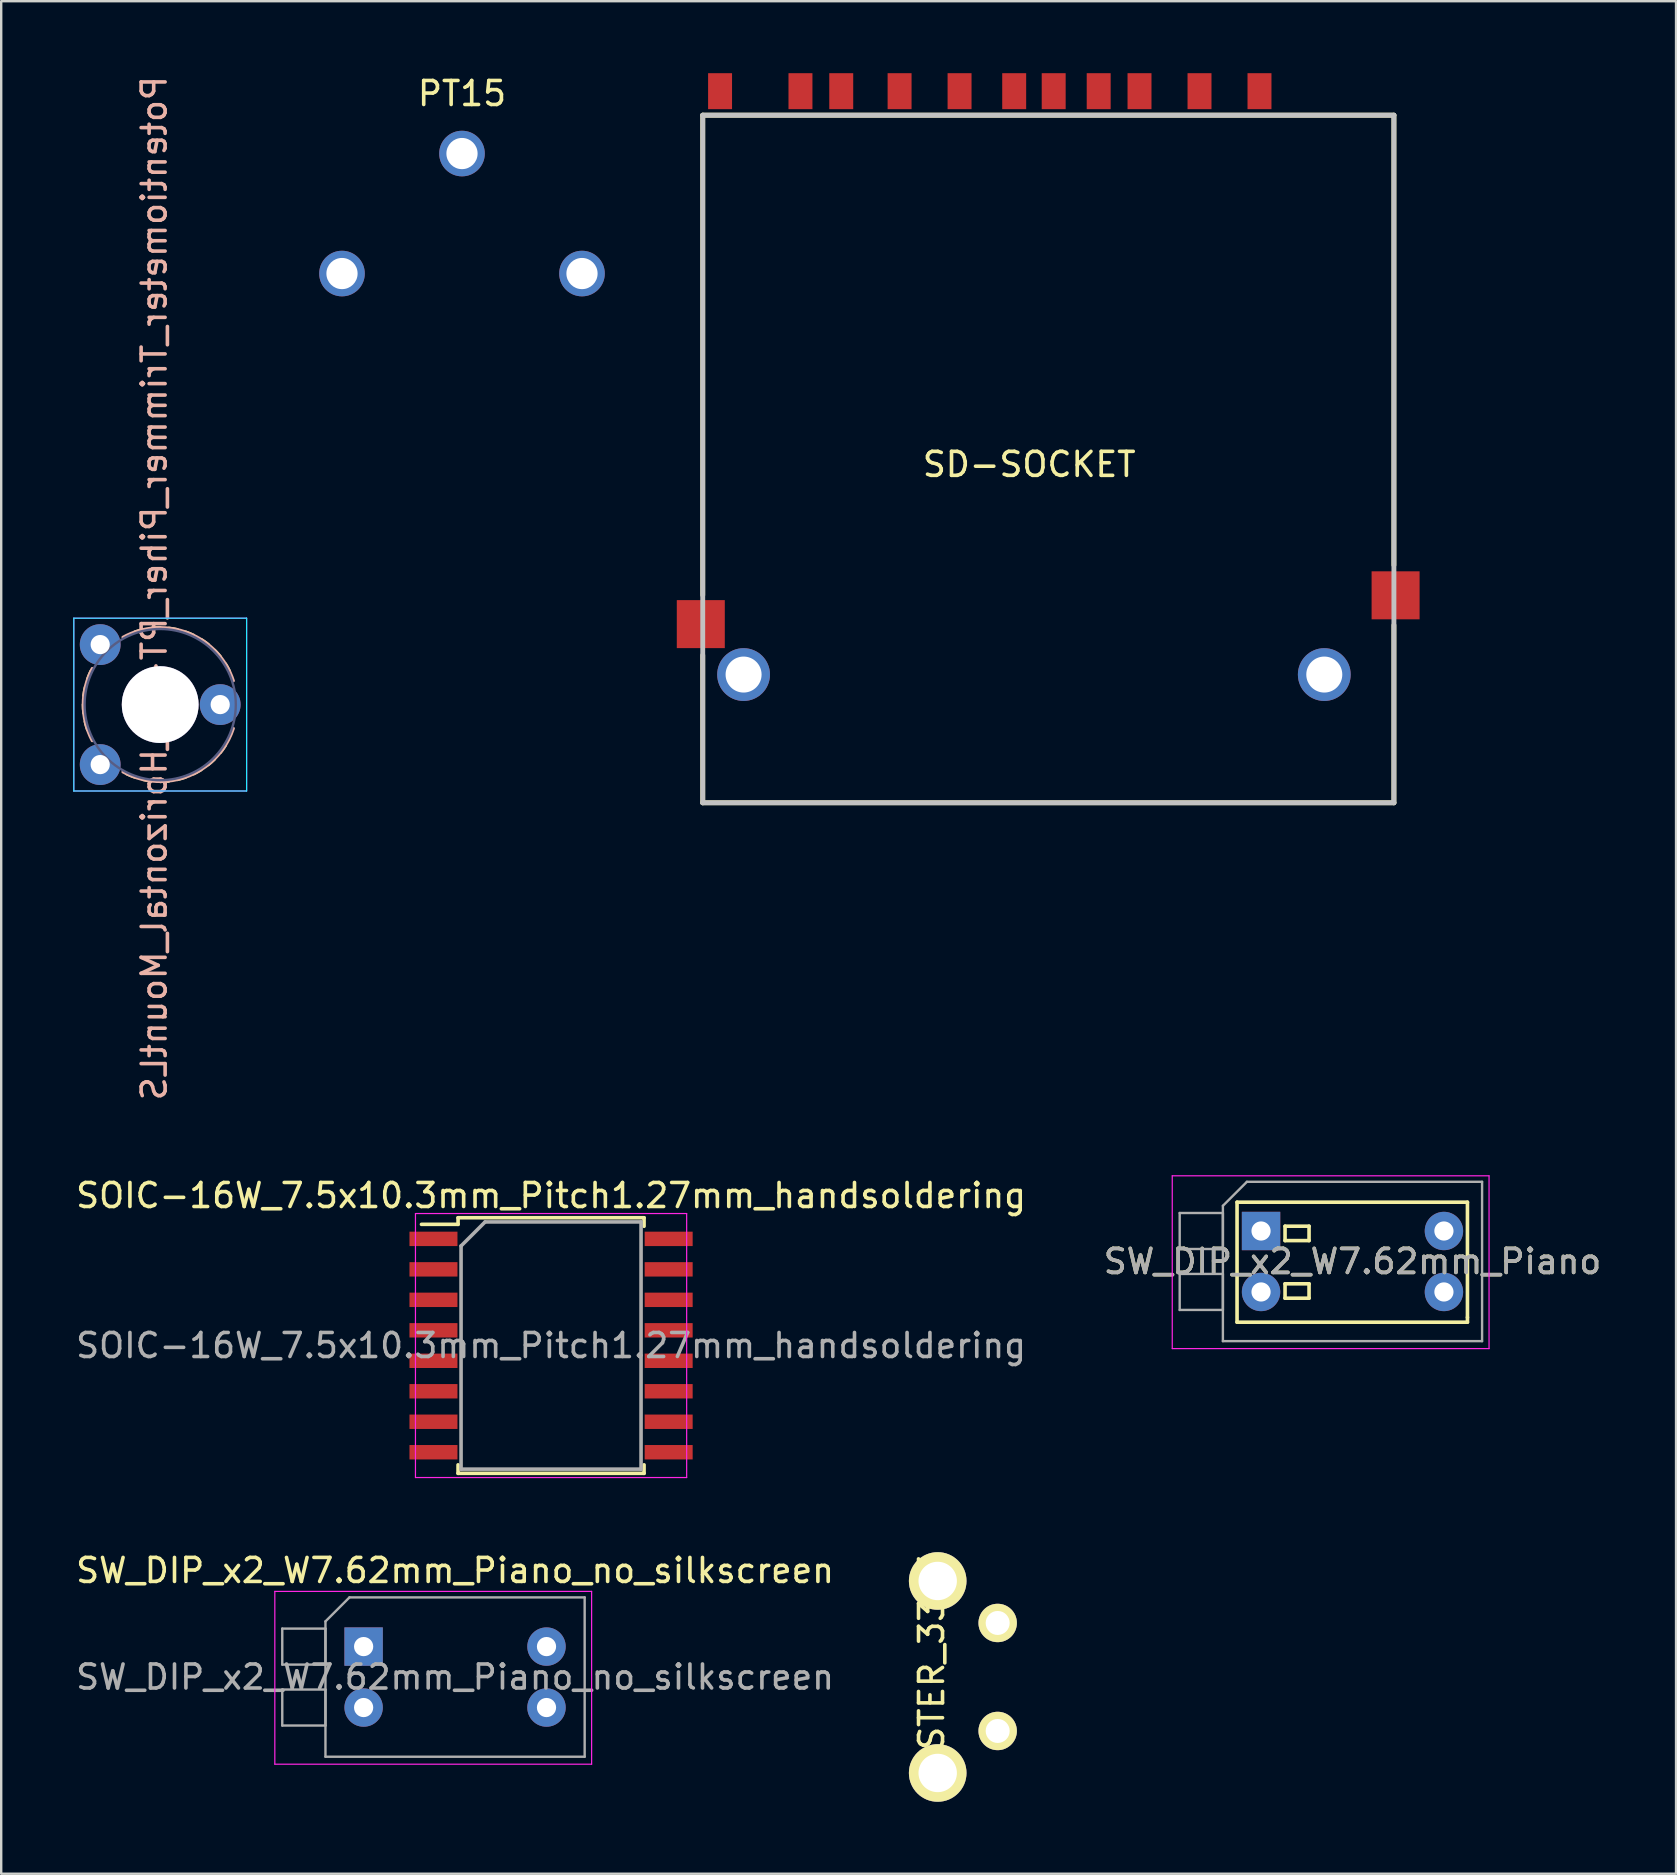
<source format=kicad_pcb>
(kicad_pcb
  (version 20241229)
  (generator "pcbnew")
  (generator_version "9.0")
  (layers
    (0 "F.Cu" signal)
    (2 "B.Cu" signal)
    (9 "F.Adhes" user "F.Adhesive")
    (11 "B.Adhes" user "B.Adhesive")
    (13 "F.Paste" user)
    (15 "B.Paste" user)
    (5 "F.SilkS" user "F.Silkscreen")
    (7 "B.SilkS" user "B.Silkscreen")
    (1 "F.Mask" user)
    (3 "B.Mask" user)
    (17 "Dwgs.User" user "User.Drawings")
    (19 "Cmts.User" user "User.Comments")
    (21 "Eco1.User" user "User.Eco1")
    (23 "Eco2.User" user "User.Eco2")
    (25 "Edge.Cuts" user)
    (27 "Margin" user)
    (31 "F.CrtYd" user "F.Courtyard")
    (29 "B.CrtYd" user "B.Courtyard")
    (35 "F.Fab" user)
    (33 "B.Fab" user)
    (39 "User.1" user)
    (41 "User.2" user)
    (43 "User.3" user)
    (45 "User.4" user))
  (footprint "SOIC-16W_7.5x10.3mm_Pitch1.27mm_handsoldering"
    (layer "F.Cu")
    (at 19.911 53.015)
    (property "Reference" "SOIC-16W_7.5x10.3mm_Pitch1.27mm_handsoldering" (at 0 -6.25 0) (layer "F.SilkS") (effects (font (size 1 1) (thickness 0.15))))
    (attr smd)
    (fp_line (start -3.875 -5.325) (end -3.875 -5.05) (stroke (width 0.15) (type solid)) (layer "F.SilkS"))
    (fp_line (start -3.875 -5.325) (end 3.875 -5.325) (stroke (width 0.15) (type solid)) (layer "F.SilkS"))
    (fp_line (start -3.875 -5.05) (end -5.4 -5.05) (stroke (width 0.15) (type solid)) (layer "F.SilkS"))
    (fp_line (start -3.875 5.325) (end -3.875 4.97) (stroke (width 0.15) (type solid)) (layer "F.SilkS"))
    (fp_line (start -3.875 5.325) (end 3.875 5.325) (stroke (width 0.15) (type solid)) (layer "F.SilkS"))
    (fp_line (start 3.875 -5.325) (end 3.875 -4.97) (stroke (width 0.15) (type solid)) (layer "F.SilkS"))
    (fp_line (start 3.875 5.325) (end 3.875 4.97) (stroke (width 0.15) (type solid)) (layer "F.SilkS"))
    (fp_line (start -5.65 -5.5) (end -5.65 5.5) (stroke (width 0.05) (type solid)) (layer "F.CrtYd"))
    (fp_line (start -5.65 -5.5) (end 5.65 -5.5) (stroke (width 0.05) (type solid)) (layer "F.CrtYd"))
    (fp_line (start -5.65 5.5) (end 5.65 5.5) (stroke (width 0.05) (type solid)) (layer "F.CrtYd"))
    (fp_line (start 5.65 -5.5) (end 5.65 5.5) (stroke (width 0.05) (type solid)) (layer "F.CrtYd"))
    (fp_line (start -3.75 -4.15) (end -2.75 -5.15) (stroke (width 0.15) (type solid)) (layer "F.Fab"))
    (fp_line (start -3.75 5.15) (end -3.75 -4.15) (stroke (width 0.15) (type solid)) (layer "F.Fab"))
    (fp_line (start -2.75 -5.15) (end 3.75 -5.15) (stroke (width 0.15) (type solid)) (layer "F.Fab"))
    (fp_line (start 3.75 -5.15) (end 3.75 5.15) (stroke (width 0.15) (type solid)) (layer "F.Fab"))
    (fp_line (start 3.75 5.15) (end -3.75 5.15) (stroke (width 0.15) (type solid)) (layer "F.Fab"))
    (fp_text user "${REFERENCE}" (at 0 0 0) (layer "F.Fab") (effects (font (size 1 1) (thickness 0.15))))
    (pad "1" smd rect (at -4.9 -4.445) (size 2 0.6) (layers "F.Cu" "F.Mask" "F.Paste"))
    (pad "2" smd rect (at -4.9 -3.175) (size 2 0.6) (layers "F.Cu" "F.Mask" "F.Paste"))
    (pad "3" smd rect (at -4.9 -1.905) (size 2 0.6) (layers "F.Cu" "F.Mask" "F.Paste"))
    (pad "4" smd rect (at -4.9 -0.635) (size 2 0.6) (layers "F.Cu" "F.Mask" "F.Paste"))
    (pad "5" smd rect (at -4.9 0.635) (size 2 0.6) (layers "F.Cu" "F.Mask" "F.Paste"))
    (pad "6" smd rect (at -4.9 1.905) (size 2 0.6) (layers "F.Cu" "F.Mask" "F.Paste"))
    (pad "7" smd rect (at -4.9 3.175) (size 2 0.6) (layers "F.Cu" "F.Mask" "F.Paste"))
    (pad "8" smd rect (at -4.9 4.445) (size 2 0.6) (layers "F.Cu" "F.Mask" "F.Paste"))
    (pad "9" smd rect (at 4.9 4.445) (size 2 0.6) (layers "F.Cu" "F.Mask" "F.Paste"))
    (pad "10" smd rect (at 4.9 3.175) (size 2 0.6) (layers "F.Cu" "F.Mask" "F.Paste"))
    (pad "11" smd rect (at 4.9 1.905) (size 2 0.6) (layers "F.Cu" "F.Mask" "F.Paste"))
    (pad "12" smd rect (at 4.9 0.635) (size 2 0.6) (layers "F.Cu" "F.Mask" "F.Paste"))
    (pad "13" smd rect (at 4.9 -0.635) (size 2 0.6) (layers "F.Cu" "F.Mask" "F.Paste"))
    (pad "14" smd rect (at 4.9 -1.905) (size 2 0.6) (layers "F.Cu" "F.Mask" "F.Paste"))
    (pad "15" smd rect (at 4.9 -3.175) (size 2 0.6) (layers "F.Cu" "F.Mask" "F.Paste"))
    (pad "16" smd rect (at 4.9 -4.445) (size 2 0.6) (layers "F.Cu" "F.Mask" "F.Paste")))
  (footprint "TASTER_3305"
    (layer "F.Cu")
    (at 36.021 66.824)
    (property "Reference" "TASTER_3305" (at -0.254 -0.254 90) (layer "F.SilkS") (effects (font (size 1 1) (thickness 0.15))))
    (attr through_hole)
    (pad "" thru_hole circle (at 0 -4) (size 2.4 2.4) (drill 1.6) (layers "*.Cu" "*.Mask" "F.SilkS"))
    (pad "" thru_hole circle (at 0 4) (size 2.4 2.4) (drill 1.6) (layers "*.Cu" "*.Mask" "F.SilkS"))
    (pad "1" thru_hole circle (at 2.499 -2.25) (size 1.6 1.6) (drill 1) (layers "*.Cu" "*.Mask" "F.SilkS"))
    (pad "2" thru_hole circle (at 2.499 2.25) (size 1.6 1.6) (drill 1) (layers "*.Cu" "*.Mask" "F.SilkS")))
  (footprint "SD-SOCKET"
    (layer "F.Cu")
    (at 39.75 15.805)
    (property "Reference" "SD-SOCKET" (at 0.085 0.495 0) (layer "F.SilkS") (effects (font (size 1 1) (thickness 0.15))))
    (attr smd)
    (fp_line (start -13.519 -14.055) (end -13.519 5.943) (stroke (width 0.203) (type solid)) (layer "F.SilkS"))
    (fp_line (start -13.519 8.442) (end -13.519 14.594) (stroke (width 0.203) (type solid)) (layer "F.SilkS"))
    (fp_line (start -13.519 14.594) (end 15.28 14.594) (stroke (width 0.203) (type solid)) (layer "F.SilkS"))
    (fp_line (start 15.28 -14.055) (end -13.519 -14.055) (stroke (width 0.203) (type solid)) (layer "F.SilkS"))
    (fp_line (start 15.28 4.693) (end 15.28 -14.055) (stroke (width 0.203) (type solid)) (layer "F.SilkS"))
    (fp_line (start 15.28 14.594) (end 15.28 7.192) (stroke (width 0.203) (type solid)) (layer "F.SilkS"))
    (fp_line (start -13.519 -14.055) (end -13.519 14.594) (stroke (width 0.203) (type solid)) (layer "Dwgs.User"))
    (fp_line (start -13.519 14.594) (end 15.28 14.594) (stroke (width 0.203) (type solid)) (layer "Dwgs.User"))
    (fp_line (start 15.28 -14.055) (end -13.519 -14.055) (stroke (width 0.203) (type solid)) (layer "Dwgs.User"))
    (fp_line (start 15.28 14.594) (end 15.28 -14.055) (stroke (width 0.203) (type solid)) (layer "Dwgs.User"))
    (pad "1" smd rect (at 7.18 -15.056) (size 0.998 1.499) (layers "F.Cu" "F.Mask"))
    (pad "2" smd rect (at 4.68 -15.056) (size 0.998 1.499) (layers "F.Cu" "F.Mask"))
    (pad "3" smd rect (at 1.104 -15.056) (size 0.998 1.499) (layers "F.Cu" "F.Mask"))
    (pad "4" smd rect (at -0.542 -15.056) (size 0.998 1.499) (layers "F.Cu" "F.Mask"))
    (pad "5" smd rect (at -2.818 -15.056) (size 0.998 1.499) (layers "F.Cu" "F.Mask"))
    (pad "6" smd rect (at -5.317 -15.056) (size 0.998 1.499) (layers "F.Cu" "F.Mask"))
    (pad "7" smd rect (at -7.748 -15.056) (size 0.998 1.499) (layers "F.Cu" "F.Mask"))
    (pad "8" smd rect (at -9.447 -15.056) (size 0.998 1.499) (layers "F.Cu" "F.Mask"))
    (pad "9" smd rect (at 9.679 -15.056) (size 0.998 1.499) (layers "F.Cu" "F.Mask"))
    (pad "CD" smd rect (at 2.979 -15.056) (size 0.998 1.499) (layers "F.Cu" "F.Mask"))
    (pad "GND1" smd rect (at -13.6 7.15) (size 2 2) (layers "F.Cu" "F.Mask"))
    (pad "GND2" smd rect (at 15.35 5.95) (size 2 2) (layers "F.Cu" "F.Mask"))
    (pad "GND3" thru_hole circle (at -11.817 9.252 180) (size 2.2 2.2) (drill 1.5) (layers "*.Cu" "*.Mask"))
    (pad "GND4" thru_hole circle (at 12.379 9.252 180) (size 2.2 2.2) (drill 1.5) (layers "*.Cu" "*.Mask"))
    (pad "WP" smd rect (at -12.797 -15.056) (size 0.998 1.499) (layers "F.Cu" "F.Mask")))
  (footprint "Potentiometer_Trimmer_Piher_PT-6v_Horizontal_MountLS"
    (layer "F.Cu")
    (at 1.125 28.808)
    (property "Reference" "Potentiometer_Trimmer_Piher_PT-6v_Horizontal_MountLS" (at 2.25 -7.35 270) (layer "B.SilkS") (effects (font (size 1 1) (thickness 0.15)) (justify mirror)))
    (attr through_hole)
    (fp_arc (start -0.690664 -2.148147) (mid -0.70533 -2.326803) (end -0.71 -2.506) (stroke (width 0.12) (type solid)) (layer "F.SilkS"))
    (fp_arc (start -0.689757 -2.866727) (mid -0.664312 -3.044212) (end -0.629 -3.22) (stroke (width 0.12) (type solid)) (layer "F.SilkS"))
    (fp_arc (start -0.533561 -1.447292) (mid -0.587595 -1.618271) (end -0.632 -1.792) (stroke (width 0.12) (type solid)) (layer "F.SilkS"))
    (fp_arc (start -0.527823 -3.567142) (mid -0.463532 -3.734496) (end -0.39 -3.898) (stroke (width 0.12) (type solid)) (layer "F.SilkS"))
    (fp_arc (start 1.430759 0.527052) (mid 1.263451 0.462645) (end 1.1 0.389) (stroke (width 0.12) (type solid)) (layer "F.SilkS"))
    (fp_arc (start 1.446409 -5.532456) (mid 1.617328 -5.586541) (end 1.791 -5.631) (stroke (width 0.12) (type solid)) (layer "F.SilkS"))
    (fp_arc (start 2.131174 0.688987) (mid 1.953735 0.663426) (end 1.778 0.628) (stroke (width 0.12) (type solid)) (layer "F.SilkS"))
    (fp_arc (start 2.147154 -5.690552) (mid 2.325805 -5.705274) (end 2.505 -5.71) (stroke (width 0.12) (type solid)) (layer "F.SilkS"))
    (fp_arc (start 2.848871 0.690998) (mid 2.670201 0.705497) (end 2.491 0.71) (stroke (width 0.12) (type solid)) (layer "F.SilkS"))
    (fp_arc (start 2.857815 0.689995) (mid 2.679187 0.704995) (end 2.5 0.71) (stroke (width 0.12) (type solid)) (layer "F.SilkS"))
    (fp_arc (start 2.865733 -5.689646) (mid 3.043214 -5.664257) (end 3.219 -5.629) (stroke (width 0.12) (type solid)) (layer "F.SilkS"))
    (fp_arc (start 3.558448 0.530905) (mid 3.387608 0.585263) (end 3.214 0.63) (stroke (width 0.12) (type solid)) (layer "F.SilkS"))
    (fp_arc (start 3.566037 -5.528705) (mid 3.733442 -5.464475) (end 3.897 -5.391) (stroke (width 0.12) (type solid)) (layer "F.SilkS"))
    (fp_arc (start 4.206798 0.219694) (mid 4.052319 0.310729) (end 3.893 0.393) (stroke (width 0.12) (type solid)) (layer "F.SilkS"))
    (fp_arc (start 4.212941 -5.215865) (mid 4.361874 -5.116012) (end 4.505 -5.008) (stroke (width 0.12) (type solid)) (layer "F.SilkS"))
    (fp_arc (start 4.768428 -0.227698) (mid 4.638048 -0.104614) (end 4.501 0.011) (stroke (width 0.12) (type solid)) (layer "F.SilkS"))
    (fp_arc (start 4.77363 -4.765558) (mid 4.896552 -4.635108) (end 5.012 -4.498) (stroke (width 0.12) (type solid)) (layer "F.SilkS"))
    (fp_arc (start 5.216636 -0.789158) (mid 5.116898 -0.640179) (end 5.009 -0.497) (stroke (width 0.12) (type solid)) (layer "F.SilkS"))
    (fp_arc (start 5.221023 -4.203928) (mid 5.311896 -4.04938) (end 5.394 -3.89) (stroke (width 0.12) (type solid)) (layer "F.SilkS"))
    (fp_arc (start -0.334672 -0.992382) (mid -0.710651 -2.49965) (end -0.335 -4.007) (stroke (width 0.12) (type solid)) (layer "B.SilkS"))
    (fp_arc (start 0.944668 -5.307816) (mid 3.677267 -5.486123) (end 5.553 -3.491) (stroke (width 0.12) (type solid)) (layer "B.SilkS"))
    (fp_arc (start 2.556464 0.709799) (mid 1.723783 0.615042) (end 0.944 0.308) (stroke (width 0.12) (type solid)) (layer "B.SilkS"))
    (fp_arc (start 5.552891 -1.508055) (mid 4.38679 0.096945) (end 2.5 0.71) (stroke (width 0.12) (type solid)) (layer "B.SilkS"))
    (fp_line (start -1.1 -6.1) (end -1.1 1.1) (stroke (width 0.05) (type solid)) (layer "B.CrtYd"))
    (fp_line (start -1.1 1.1) (end 6.1 1.1) (stroke (width 0.05) (type solid)) (layer "B.CrtYd"))
    (fp_line (start 6.1 -6.1) (end -1.1 -6.1) (stroke (width 0.05) (type solid)) (layer "B.CrtYd"))
    (fp_line (start 6.1 1.1) (end 6.1 -6.1) (stroke (width 0.05) (type solid)) (layer "B.CrtYd"))
    (fp_line (start -1.1 -6.1) (end -1.1 1.1) (stroke (width 0.05) (type solid)) (layer "F.CrtYd"))
    (fp_line (start -1.1 1.1) (end 6.1 1.1) (stroke (width 0.05) (type solid)) (layer "F.CrtYd"))
    (fp_line (start 6.1 -6.1) (end -1.1 -6.1) (stroke (width 0.05) (type solid)) (layer "F.CrtYd"))
    (fp_line (start 6.1 1.1) (end 6.1 -6.1) (stroke (width 0.05) (type solid)) (layer "F.CrtYd"))
    (fp_circle (center 2.5 -2.5) (end 3.4 -2.5) (stroke (width 0.1) (type solid)) (fill no) (layer "B.Fab"))
    (fp_circle (center 2.5 -2.5) (end 3.5 -2.5) (stroke (width 0.1) (type solid)) (fill no) (layer "B.Fab"))
    (fp_circle (center 2.5 -2.5) (end 5.65 -2.5) (stroke (width 0.1) (type solid)) (fill no) (layer "B.Fab"))
    (pad "" thru_hole circle (at 2.5 -2.5) (size 3.2 3.2) (drill 3.2) (layers "*.Cu" "*.Mask"))
    (pad "1" thru_hole circle (at 0 0) (size 1.7 1.7) (drill 0.8) (layers "*.Cu" "*.Mask"))
    (pad "2" thru_hole circle (at 5 -2.5) (size 1.7 1.7) (drill 0.8) (layers "*.Cu" "*.Mask"))
    (pad "3" thru_hole circle (at 0 -5) (size 1.7 1.7) (drill 0.8) (layers "*.Cu" "*.Mask")))
  (footprint "SW_DIP_x2_W7.62mm_Piano"
    (layer "F.Cu")
    (at 49.494 48.242)
    (property "Reference" "SW_DIP_x2_W7.62mm_Piano" (at 3.81 1.27 0) (layer "F.SilkS") (effects (font (size 1 1) (thickness 0.15))))
    (attr through_hole)
    (fp_line (start -1 -1.2) (end 8.6 -1.2) (stroke (width 0.15) (type solid)) (layer "F.SilkS"))
    (fp_line (start -1 3.8) (end -1 -1.2) (stroke (width 0.15) (type solid)) (layer "F.SilkS"))
    (fp_line (start 1 -0.2) (end 1 0.4) (stroke (width 0.15) (type solid)) (layer "F.SilkS"))
    (fp_line (start 1 0.4) (end 2 0.4) (stroke (width 0.15) (type solid)) (layer "F.SilkS"))
    (fp_line (start 1 2.2) (end 2 2.2) (stroke (width 0.15) (type solid)) (layer "F.SilkS"))
    (fp_line (start 1 2.8) (end 1 2.2) (stroke (width 0.15) (type solid)) (layer "F.SilkS"))
    (fp_line (start 2 -0.2) (end 1 -0.2) (stroke (width 0.15) (type solid)) (layer "F.SilkS"))
    (fp_line (start 2 0.4) (end 2 -0.2) (stroke (width 0.15) (type solid)) (layer "F.SilkS"))
    (fp_line (start 2 2.2) (end 2 2.8) (stroke (width 0.15) (type solid)) (layer "F.SilkS"))
    (fp_line (start 2 2.8) (end 1 2.8) (stroke (width 0.15) (type solid)) (layer "F.SilkS"))
    (fp_line (start 8.6 -1.2) (end 8.6 3.6) (stroke (width 0.15) (type solid)) (layer "F.SilkS"))
    (fp_line (start 8.6 3.6) (end 8.6 3.8) (stroke (width 0.15) (type solid)) (layer "F.SilkS"))
    (fp_line (start 8.6 3.8) (end -1 3.8) (stroke (width 0.15) (type solid)) (layer "F.SilkS"))
    (fp_line (start -3.7 -2.3) (end -3.7 4.9) (stroke (width 0.05) (type solid)) (layer "F.CrtYd"))
    (fp_line (start -3.7 4.9) (end 9.5 4.9) (stroke (width 0.05) (type solid)) (layer "F.CrtYd"))
    (fp_line (start 9.5 -2.3) (end -3.7 -2.3) (stroke (width 0.05) (type solid)) (layer "F.CrtYd"))
    (fp_line (start 9.5 4.9) (end 9.5 -2.3) (stroke (width 0.05) (type solid)) (layer "F.CrtYd"))
    (fp_line (start -3.39 -0.75) (end -1.59 -0.75) (stroke (width 0.1) (type solid)) (layer "F.Fab"))
    (fp_line (start -3.39 0.75) (end -3.39 -0.75) (stroke (width 0.1) (type solid)) (layer "F.Fab"))
    (fp_line (start -3.39 1.79) (end -1.59 1.79) (stroke (width 0.1) (type solid)) (layer "F.Fab"))
    (fp_line (start -3.39 3.29) (end -3.39 1.79) (stroke (width 0.1) (type solid)) (layer "F.Fab"))
    (fp_line (start -1.59 -1.05) (end -0.59 -2.05) (stroke (width 0.1) (type solid)) (layer "F.Fab"))
    (fp_line (start -1.59 -0.75) (end -1.59 0.75) (stroke (width 0.1) (type solid)) (layer "F.Fab"))
    (fp_line (start -1.59 0.75) (end -3.39 0.75) (stroke (width 0.1) (type solid)) (layer "F.Fab"))
    (fp_line (start -1.59 1.79) (end -1.59 3.29) (stroke (width 0.1) (type solid)) (layer "F.Fab"))
    (fp_line (start -1.59 3.29) (end -3.39 3.29) (stroke (width 0.1) (type solid)) (layer "F.Fab"))
    (fp_line (start -1.59 4.59) (end -1.59 -1.05) (stroke (width 0.1) (type solid)) (layer "F.Fab"))
    (fp_line (start -0.59 -2.05) (end 9.21 -2.05) (stroke (width 0.1) (type solid)) (layer "F.Fab"))
    (fp_line (start 9.21 -2.05) (end 9.21 4.59) (stroke (width 0.1) (type solid)) (layer "F.Fab"))
    (fp_line (start 9.21 4.59) (end -1.59 4.59) (stroke (width 0.1) (type solid)) (layer "F.Fab"))
    (fp_text user "${REFERENCE}" (at 3.81 1.27 0) (layer "F.Fab") (effects (font (size 1 1) (thickness 0.15))))
    (pad "1" thru_hole rect (at 0 0) (size 1.6 1.6) (drill 0.8) (layers "*.Cu" "*.Mask"))
    (pad "2" thru_hole oval (at 0 2.54) (size 1.6 1.6) (drill 0.8) (layers "*.Cu" "*.Mask"))
    (pad "3" thru_hole oval (at 7.62 2.54) (size 1.6 1.6) (drill 0.8) (layers "*.Cu" "*.Mask"))
    (pad "4" thru_hole oval (at 7.62 0) (size 1.6 1.6) (drill 0.8) (layers "*.Cu" "*.Mask")))
  (footprint "SW_DIP_x2_W7.62mm_Piano_no_silkscreen"
    (layer "F.Cu")
    (at 12.101 65.558)
    (property "Reference" "SW_DIP_x2_W7.62mm_Piano_no_silkscreen" (at 3.81 -3.17 0) (layer "F.SilkS") (effects (font (size 1 1) (thickness 0.15))))
    (attr through_hole)
    (fp_line (start -3.7 -2.3) (end -3.7 4.9) (stroke (width 0.05) (type solid)) (layer "F.CrtYd"))
    (fp_line (start -3.7 4.9) (end 9.5 4.9) (stroke (width 0.05) (type solid)) (layer "F.CrtYd"))
    (fp_line (start 9.5 -2.3) (end -3.7 -2.3) (stroke (width 0.05) (type solid)) (layer "F.CrtYd"))
    (fp_line (start 9.5 4.9) (end 9.5 -2.3) (stroke (width 0.05) (type solid)) (layer "F.CrtYd"))
    (fp_line (start -3.39 -0.75) (end -1.59 -0.75) (stroke (width 0.1) (type solid)) (layer "F.Fab"))
    (fp_line (start -3.39 0.75) (end -3.39 -0.75) (stroke (width 0.1) (type solid)) (layer "F.Fab"))
    (fp_line (start -3.39 1.79) (end -1.59 1.79) (stroke (width 0.1) (type solid)) (layer "F.Fab"))
    (fp_line (start -3.39 3.29) (end -3.39 1.79) (stroke (width 0.1) (type solid)) (layer "F.Fab"))
    (fp_line (start -1.59 -1.05) (end -0.59 -2.05) (stroke (width 0.1) (type solid)) (layer "F.Fab"))
    (fp_line (start -1.59 -0.75) (end -1.59 0.75) (stroke (width 0.1) (type solid)) (layer "F.Fab"))
    (fp_line (start -1.59 0.75) (end -3.39 0.75) (stroke (width 0.1) (type solid)) (layer "F.Fab"))
    (fp_line (start -1.59 1.79) (end -1.59 3.29) (stroke (width 0.1) (type solid)) (layer "F.Fab"))
    (fp_line (start -1.59 3.29) (end -3.39 3.29) (stroke (width 0.1) (type solid)) (layer "F.Fab"))
    (fp_line (start -1.59 4.59) (end -1.59 -1.05) (stroke (width 0.1) (type solid)) (layer "F.Fab"))
    (fp_line (start -0.59 -2.05) (end 9.21 -2.05) (stroke (width 0.1) (type solid)) (layer "F.Fab"))
    (fp_line (start 9.21 -2.05) (end 9.21 4.59) (stroke (width 0.1) (type solid)) (layer "F.Fab"))
    (fp_line (start 9.21 4.59) (end -1.59 4.59) (stroke (width 0.1) (type solid)) (layer "F.Fab"))
    (fp_text user "${REFERENCE}" (at 3.81 1.27 0) (layer "F.Fab") (effects (font (size 1 1) (thickness 0.15))))
    (pad "1" thru_hole rect (at 0 0) (size 1.6 1.6) (drill 0.8) (layers "*.Cu" "*.Mask"))
    (pad "2" thru_hole oval (at 0 2.54) (size 1.6 1.6) (drill 0.8) (layers "*.Cu" "*.Mask"))
    (pad "3" thru_hole oval (at 7.62 2.54) (size 1.6 1.6) (drill 0.8) (layers "*.Cu" "*.Mask"))
    (pad "4" thru_hole oval (at 7.62 0) (size 1.6 1.6) (drill 0.8) (layers "*.Cu" "*.Mask")))
  (footprint "PT15"
    (layer "F.Cu")
    (at 11.2 8.348)
    (property "Reference" "PT15" (at 5 -7.5 0) (layer "F.SilkS") (effects (font (size 1 1) (thickness 0.15))))
    (attr through_hole)
    (pad "1" thru_hole circle (at 10 0) (size 1.9 1.9) (drill 1.3) (layers "*.Cu" "*.Mask"))
    (pad "2" thru_hole circle (at 5 -5) (size 1.9 1.9) (drill 1.3) (layers "*.Cu" "*.Mask"))
    (pad "3" thru_hole circle (at 0 0) (size 1.9 1.9) (drill 1.3) (layers "*.Cu" "*.Mask")))
  (gr_rect
    (start -3 -3)
    (end 66.786 75.024)
    (stroke (width 0.1) (type default))
    (fill no)
    (layer "Edge.Cuts")))
</source>
